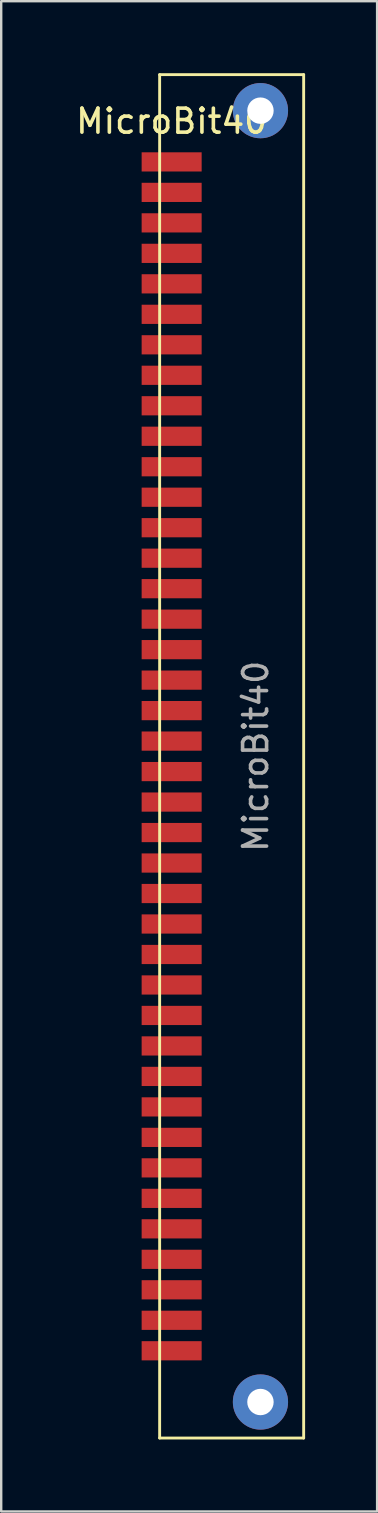
<source format=kicad_pcb>
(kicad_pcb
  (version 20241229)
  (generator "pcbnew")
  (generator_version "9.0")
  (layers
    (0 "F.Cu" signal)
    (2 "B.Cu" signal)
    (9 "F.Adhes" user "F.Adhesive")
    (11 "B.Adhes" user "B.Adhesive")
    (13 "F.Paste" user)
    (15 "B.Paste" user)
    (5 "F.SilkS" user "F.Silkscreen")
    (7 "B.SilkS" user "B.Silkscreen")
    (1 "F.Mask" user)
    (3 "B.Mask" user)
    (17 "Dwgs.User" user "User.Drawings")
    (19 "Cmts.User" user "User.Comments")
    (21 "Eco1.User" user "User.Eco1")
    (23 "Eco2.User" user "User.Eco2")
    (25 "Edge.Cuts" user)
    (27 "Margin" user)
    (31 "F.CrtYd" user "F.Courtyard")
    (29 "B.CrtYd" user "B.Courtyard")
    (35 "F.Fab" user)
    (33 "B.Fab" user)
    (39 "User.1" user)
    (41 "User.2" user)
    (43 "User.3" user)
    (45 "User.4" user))
  (footprint "MicroBit40"
    (layer "F.Cu")
    (at 6.601 28.46)
    (property "Reference" "MicroBit40" (at -2.5 -26.46 0) (layer "F.SilkS") (effects (font (size 1 1) (thickness 0.15))))
    (attr smd)
    (fp_line (start -3 -28.4) (end -3 28.4) (stroke (width 0.12) (type solid)) (layer "F.SilkS"))
    (fp_line (start -3 -28.4) (end 3 -28.4) (stroke (width 0.12) (type solid)) (layer "F.SilkS"))
    (fp_line (start -3 28.4) (end 3 28.4) (stroke (width 0.12) (type solid)) (layer "F.SilkS"))
    (fp_line (start 3 -28.4) (end 3 28.4) (stroke (width 0.12) (type solid)) (layer "F.SilkS"))
    (fp_text user "${REFERENCE}" (at 1 0 90) (layer "F.Fab") (effects (font (size 1 1) (thickness 0.15))))
    (pad "1" smd rect (at -2.5 24.765) (size 2.5 0.8) (layers "F.Cu" "F.Mask" "F.Paste"))
    (pad "1" thru_hole circle (at 1.2 -26.9) (size 2.3 2.3) (drill 1.1) (layers "*.Cu" "*.Mask"))
    (pad "1" thru_hole circle (at 1.2 26.9) (size 2.3 2.3) (drill 1.1) (layers "*.Cu" "*.Mask"))
    (pad "3" smd rect (at -2.5 23.495) (size 2.5 0.8) (layers "F.Cu" "F.Mask" "F.Paste"))
    (pad "5" smd rect (at -2.5 22.225) (size 2.5 0.8) (layers "F.Cu" "F.Mask" "F.Paste"))
    (pad "7" smd rect (at -2.5 20.955) (size 2.5 0.8) (layers "F.Cu" "F.Mask" "F.Paste"))
    (pad "9" smd rect (at -2.5 19.685) (size 2.5 0.8) (layers "F.Cu" "F.Mask" "F.Paste"))
    (pad "11" smd rect (at -2.5 18.415) (size 2.5 0.8) (layers "F.Cu" "F.Mask" "F.Paste"))
    (pad "13" smd rect (at -2.5 17.145) (size 2.5 0.8) (layers "F.Cu" "F.Mask" "F.Paste"))
    (pad "15" smd rect (at -2.5 15.875) (size 2.5 0.8) (layers "F.Cu" "F.Mask" "F.Paste"))
    (pad "17" smd rect (at -2.5 14.605) (size 2.5 0.8) (layers "F.Cu" "F.Mask" "F.Paste"))
    (pad "19" smd rect (at -2.5 13.335) (size 2.5 0.8) (layers "F.Cu" "F.Mask" "F.Paste"))
    (pad "21" smd rect (at -2.5 12.065) (size 2.5 0.8) (layers "F.Cu" "F.Mask" "F.Paste"))
    (pad "23" smd rect (at -2.5 10.795) (size 2.5 0.8) (layers "F.Cu" "F.Mask" "F.Paste"))
    (pad "25" smd rect (at -2.5 9.525) (size 2.5 0.8) (layers "F.Cu" "F.Mask" "F.Paste"))
    (pad "27" smd rect (at -2.5 8.255) (size 2.5 0.8) (layers "F.Cu" "F.Mask" "F.Paste"))
    (pad "29" smd rect (at -2.5 6.985) (size 2.5 0.8) (layers "F.Cu" "F.Mask" "F.Paste"))
    (pad "31" smd rect (at -2.5 5.715) (size 2.5 0.8) (layers "F.Cu" "F.Mask" "F.Paste"))
    (pad "33" smd rect (at -2.5 4.445) (size 2.5 0.8) (layers "F.Cu" "F.Mask" "F.Paste"))
    (pad "35" smd rect (at -2.5 3.175) (size 2.5 0.8) (layers "F.Cu" "F.Mask" "F.Paste"))
    (pad "37" smd rect (at -2.5 1.905) (size 2.5 0.8) (layers "F.Cu" "F.Mask" "F.Paste"))
    (pad "39" smd rect (at -2.5 0.635) (size 2.5 0.8) (layers "F.Cu" "F.Mask" "F.Paste"))
    (pad "41" smd rect (at -2.5 -0.635) (size 2.5 0.8) (layers "F.Cu" "F.Mask" "F.Paste"))
    (pad "43" smd rect (at -2.5 -1.905) (size 2.5 0.8) (layers "F.Cu" "F.Mask" "F.Paste"))
    (pad "45" smd rect (at -2.5 -3.175) (size 2.5 0.8) (layers "F.Cu" "F.Mask" "F.Paste"))
    (pad "47" smd rect (at -2.5 -4.445) (size 2.5 0.8) (layers "F.Cu" "F.Mask" "F.Paste"))
    (pad "49" smd rect (at -2.5 -5.715) (size 2.5 0.8) (layers "F.Cu" "F.Mask" "F.Paste"))
    (pad "51" smd rect (at -2.5 -6.985) (size 2.5 0.8) (layers "F.Cu" "F.Mask" "F.Paste"))
    (pad "53" smd rect (at -2.5 -8.255) (size 2.5 0.8) (layers "F.Cu" "F.Mask" "F.Paste"))
    (pad "55" smd rect (at -2.5 -9.525) (size 2.5 0.8) (layers "F.Cu" "F.Mask" "F.Paste"))
    (pad "57" smd rect (at -2.5 -10.795) (size 2.5 0.8) (layers "F.Cu" "F.Mask" "F.Paste"))
    (pad "59" smd rect (at -2.5 -12.065) (size 2.5 0.8) (layers "F.Cu" "F.Mask" "F.Paste"))
    (pad "61" smd rect (at -2.5 -13.335) (size 2.5 0.8) (layers "F.Cu" "F.Mask" "F.Paste"))
    (pad "63" smd rect (at -2.5 -14.605) (size 2.5 0.8) (layers "F.Cu" "F.Mask" "F.Paste"))
    (pad "65" smd rect (at -2.5 -15.875) (size 2.5 0.8) (layers "F.Cu" "F.Mask" "F.Paste"))
    (pad "67" smd rect (at -2.5 -17.145) (size 2.5 0.8) (layers "F.Cu" "F.Mask" "F.Paste"))
    (pad "69" smd rect (at -2.5 -18.415) (size 2.5 0.8) (layers "F.Cu" "F.Mask" "F.Paste"))
    (pad "71" smd rect (at -2.5 -19.685) (size 2.5 0.8) (layers "F.Cu" "F.Mask" "F.Paste"))
    (pad "73" smd rect (at -2.5 -20.955) (size 2.5 0.8) (layers "F.Cu" "F.Mask" "F.Paste"))
    (pad "75" smd rect (at -2.5 -22.225) (size 2.5 0.8) (layers "F.Cu" "F.Mask" "F.Paste"))
    (pad "77" smd rect (at -2.5 -23.495) (size 2.5 0.8) (layers "F.Cu" "F.Mask" "F.Paste"))
    (pad "79" smd rect (at -2.5 -24.765) (size 2.5 0.8) (layers "F.Cu" "F.Mask" "F.Paste")))
  (gr_rect
    (start -3 -3)
    (end 12.661 59.92)
    (stroke (width 0.1) (type default))
    (fill no)
    (layer "Edge.Cuts")))
</source>
